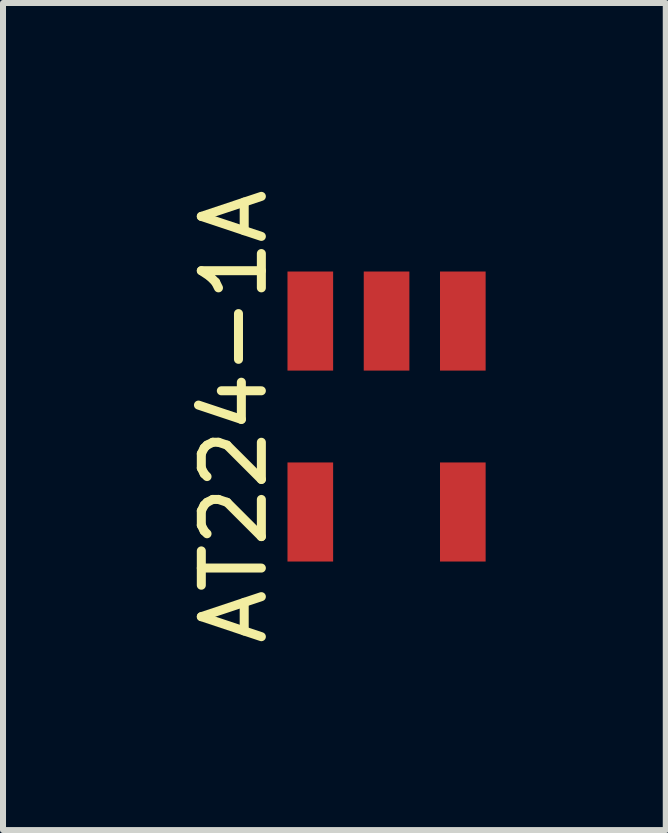
<source format=kicad_pcb>
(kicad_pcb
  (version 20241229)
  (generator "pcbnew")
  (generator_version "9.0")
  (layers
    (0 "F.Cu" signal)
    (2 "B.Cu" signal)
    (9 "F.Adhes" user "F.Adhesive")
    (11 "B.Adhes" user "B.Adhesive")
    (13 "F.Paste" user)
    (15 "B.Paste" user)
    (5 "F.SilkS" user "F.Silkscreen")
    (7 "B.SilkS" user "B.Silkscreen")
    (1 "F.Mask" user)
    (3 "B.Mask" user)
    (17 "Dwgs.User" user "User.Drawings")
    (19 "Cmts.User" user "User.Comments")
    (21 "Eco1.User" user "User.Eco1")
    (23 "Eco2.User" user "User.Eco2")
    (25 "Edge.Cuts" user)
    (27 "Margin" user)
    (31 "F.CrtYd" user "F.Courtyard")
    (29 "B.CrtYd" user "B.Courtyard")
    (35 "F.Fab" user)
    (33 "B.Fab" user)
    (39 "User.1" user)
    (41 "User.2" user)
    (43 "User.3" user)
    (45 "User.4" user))
  (footprint "AT224-1A"
    (layer "F.Cu")
    (at 3.388 3.887)
    (property "Reference" "AT224-1A" (at -2.54 0 90) (layer "F.SilkS") (effects (font (size 1 1) (thickness 0.15))))
    (attr through_hole)
    (pad "1" smd rect (at -1.27 -1.59) (size 0.76 1.65) (layers "F.Cu" "F.Mask" "F.Paste"))
    (pad "2" smd rect (at 0 -1.59) (size 0.76 1.65) (layers "F.Cu" "F.Mask" "F.Paste"))
    (pad "3" smd rect (at 1.27 -1.59) (size 0.76 1.65) (layers "F.Cu" "F.Mask" "F.Paste"))
    (pad "4" smd rect (at 1.27 1.59) (size 0.76 1.65) (layers "F.Cu" "F.Mask" "F.Paste"))
    (pad "6" smd rect (at -1.27 1.59) (size 0.76 1.65) (layers "F.Cu" "F.Mask" "F.Paste")))
  (gr_rect
    (start -3 -3)
    (end 8.038 10.774)
    (stroke (width 0.1) (type default))
    (fill no)
    (layer "Edge.Cuts")))
</source>
